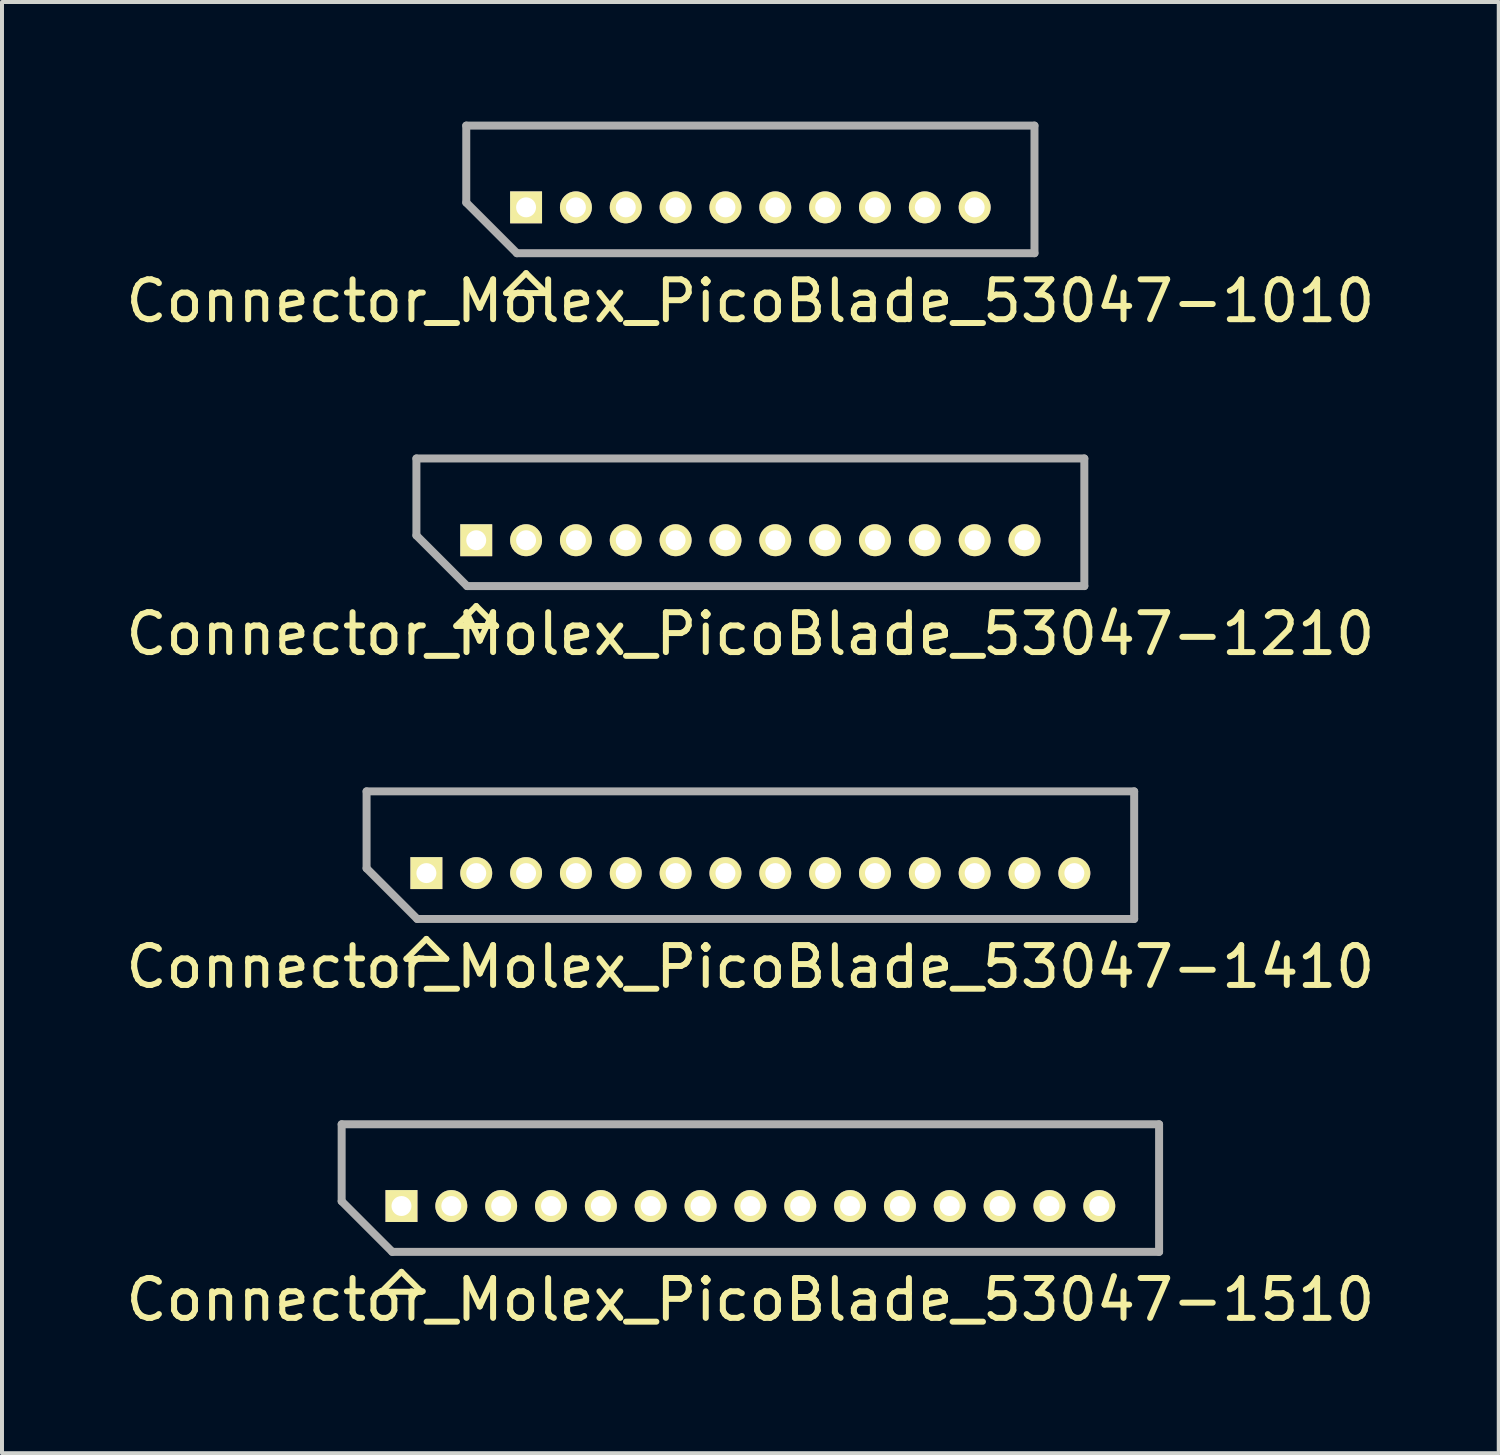
<source format=kicad_pcb>
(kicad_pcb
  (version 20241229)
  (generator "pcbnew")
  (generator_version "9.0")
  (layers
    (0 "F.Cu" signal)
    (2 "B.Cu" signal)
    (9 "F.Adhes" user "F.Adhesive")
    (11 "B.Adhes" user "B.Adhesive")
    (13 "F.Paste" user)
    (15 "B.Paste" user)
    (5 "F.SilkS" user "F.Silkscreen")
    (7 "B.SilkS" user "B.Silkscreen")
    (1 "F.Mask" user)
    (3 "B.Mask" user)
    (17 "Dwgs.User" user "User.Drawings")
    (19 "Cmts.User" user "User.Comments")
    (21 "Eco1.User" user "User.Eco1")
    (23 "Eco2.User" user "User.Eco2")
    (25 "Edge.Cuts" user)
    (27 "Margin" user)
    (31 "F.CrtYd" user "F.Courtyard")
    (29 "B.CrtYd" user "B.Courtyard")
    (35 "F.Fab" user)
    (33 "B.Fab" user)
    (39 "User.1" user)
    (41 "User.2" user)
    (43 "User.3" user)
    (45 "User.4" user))
  (footprint "Connector_Molex_PicoBlade_53047-1510"
    (layer "F.Cu")
    (at 7.018 27.195)
    (property "Reference" "Connector_Molex_PicoBlade_53047-1510" (at 8.75 2.35 0) (layer "F.SilkS") (effects (font (size 1 1) (thickness 0.15))))
    (attr through_hole)
    (fp_line (start -1.5 -2.05) (end 19 -2.05) (stroke (width 0.15) (type solid)) (layer "F.SilkS"))
    (fp_line (start -1.5 -0.12) (end -1.5 -2.05) (stroke (width 0.15) (type solid)) (layer "F.SilkS"))
    (fp_line (start -0.5 2.15) (end 0 1.65) (stroke (width 0.15) (type solid)) (layer "F.SilkS"))
    (fp_line (start 0 1.65) (end 0.5 2.15) (stroke (width 0.15) (type solid)) (layer "F.SilkS"))
    (fp_line (start 0.5 2.15) (end -0.5 2.15) (stroke (width 0.15) (type solid)) (layer "F.SilkS"))
    (fp_line (start 19 -2.05) (end 19 1.15) (stroke (width 0.15) (type solid)) (layer "F.SilkS"))
    (fp_line (start 19 1.15) (end -0.23 1.15) (stroke (width 0.15) (type solid)) (layer "F.SilkS"))
    (fp_line (start -1.5 -2.05) (end 19 -2.05) (stroke (width 0.2) (type solid)) (layer "F.Fab"))
    (fp_line (start -1.5 -0.12) (end -1.5 -2.05) (stroke (width 0.2) (type solid)) (layer "F.Fab"))
    (fp_line (start -0.23 1.15) (end -1.5 -0.12) (stroke (width 0.2) (type solid)) (layer "F.Fab"))
    (fp_line (start 19 -2.05) (end 19 1.15) (stroke (width 0.2) (type solid)) (layer "F.Fab"))
    (fp_line (start 19 1.15) (end -0.23 1.15) (stroke (width 0.2) (type solid)) (layer "F.Fab"))
    (pad "1" thru_hole rect (at 0 0) (size 0.8 0.8) (drill 0.5) (layers "*.Cu" "*.Mask" "F.SilkS"))
    (pad "2" thru_hole oval (at 1.25 0) (size 0.8 0.8) (drill 0.5) (layers "*.Cu" "*.Mask" "F.SilkS"))
    (pad "3" thru_hole oval (at 2.5 0) (size 0.8 0.8) (drill 0.5) (layers "*.Cu" "*.Mask" "F.SilkS"))
    (pad "4" thru_hole oval (at 3.75 0) (size 0.8 0.8) (drill 0.5) (layers "*.Cu" "*.Mask" "F.SilkS"))
    (pad "5" thru_hole oval (at 5 0) (size 0.8 0.8) (drill 0.5) (layers "*.Cu" "*.Mask" "F.SilkS"))
    (pad "6" thru_hole oval (at 6.25 0) (size 0.8 0.8) (drill 0.5) (layers "*.Cu" "*.Mask" "F.SilkS"))
    (pad "7" thru_hole oval (at 7.5 0) (size 0.8 0.8) (drill 0.5) (layers "*.Cu" "*.Mask" "F.SilkS"))
    (pad "8" thru_hole oval (at 8.75 0) (size 0.8 0.8) (drill 0.5) (layers "*.Cu" "*.Mask" "F.SilkS"))
    (pad "9" thru_hole oval (at 10 0) (size 0.8 0.8) (drill 0.5) (layers "*.Cu" "*.Mask" "F.SilkS"))
    (pad "10" thru_hole oval (at 11.25 0) (size 0.8 0.8) (drill 0.5) (layers "*.Cu" "*.Mask" "F.SilkS"))
    (pad "11" thru_hole oval (at 12.5 0) (size 0.8 0.8) (drill 0.5) (layers "*.Cu" "*.Mask" "F.SilkS"))
    (pad "12" thru_hole oval (at 13.75 0) (size 0.8 0.8) (drill 0.5) (layers "*.Cu" "*.Mask" "F.SilkS"))
    (pad "13" thru_hole oval (at 15 0) (size 0.8 0.8) (drill 0.5) (layers "*.Cu" "*.Mask" "F.SilkS"))
    (pad "14" thru_hole oval (at 16.25 0) (size 0.8 0.8) (drill 0.5) (layers "*.Cu" "*.Mask" "F.SilkS"))
    (pad "15" thru_hole oval (at 17.5 0) (size 0.8 0.8) (drill 0.5) (layers "*.Cu" "*.Mask" "F.SilkS")))
  (footprint "Connector_Molex_PicoBlade_53047-1210"
    (layer "F.Cu")
    (at 8.893 10.498)
    (property "Reference" "Connector_Molex_PicoBlade_53047-1210" (at 6.875 2.35 0) (layer "F.SilkS") (effects (font (size 1 1) (thickness 0.15))))
    (attr through_hole)
    (fp_line (start -1.5 -2.05) (end 15.25 -2.05) (stroke (width 0.15) (type solid)) (layer "F.SilkS"))
    (fp_line (start -1.5 -0.12) (end -1.5 -2.05) (stroke (width 0.15) (type solid)) (layer "F.SilkS"))
    (fp_line (start -0.5 2.15) (end 0 1.65) (stroke (width 0.15) (type solid)) (layer "F.SilkS"))
    (fp_line (start 0 1.65) (end 0.5 2.15) (stroke (width 0.15) (type solid)) (layer "F.SilkS"))
    (fp_line (start 0.5 2.15) (end -0.5 2.15) (stroke (width 0.15) (type solid)) (layer "F.SilkS"))
    (fp_line (start 15.25 -2.05) (end 15.25 1.15) (stroke (width 0.15) (type solid)) (layer "F.SilkS"))
    (fp_line (start 15.25 1.15) (end -0.23 1.15) (stroke (width 0.15) (type solid)) (layer "F.SilkS"))
    (fp_line (start -1.5 -2.05) (end 15.25 -2.05) (stroke (width 0.2) (type solid)) (layer "F.Fab"))
    (fp_line (start -1.5 -0.12) (end -1.5 -2.05) (stroke (width 0.2) (type solid)) (layer "F.Fab"))
    (fp_line (start -0.23 1.15) (end -1.5 -0.12) (stroke (width 0.2) (type solid)) (layer "F.Fab"))
    (fp_line (start 15.25 -2.05) (end 15.25 1.15) (stroke (width 0.2) (type solid)) (layer "F.Fab"))
    (fp_line (start 15.25 1.15) (end -0.23 1.15) (stroke (width 0.2) (type solid)) (layer "F.Fab"))
    (pad "1" thru_hole rect (at 0 0) (size 0.8 0.8) (drill 0.5) (layers "*.Cu" "*.Mask" "F.SilkS"))
    (pad "2" thru_hole oval (at 1.25 0) (size 0.8 0.8) (drill 0.5) (layers "*.Cu" "*.Mask" "F.SilkS"))
    (pad "3" thru_hole oval (at 2.5 0) (size 0.8 0.8) (drill 0.5) (layers "*.Cu" "*.Mask" "F.SilkS"))
    (pad "4" thru_hole oval (at 3.75 0) (size 0.8 0.8) (drill 0.5) (layers "*.Cu" "*.Mask" "F.SilkS"))
    (pad "5" thru_hole oval (at 5 0) (size 0.8 0.8) (drill 0.5) (layers "*.Cu" "*.Mask" "F.SilkS"))
    (pad "6" thru_hole oval (at 6.25 0) (size 0.8 0.8) (drill 0.5) (layers "*.Cu" "*.Mask" "F.SilkS"))
    (pad "7" thru_hole oval (at 7.5 0) (size 0.8 0.8) (drill 0.5) (layers "*.Cu" "*.Mask" "F.SilkS"))
    (pad "8" thru_hole oval (at 8.75 0) (size 0.8 0.8) (drill 0.5) (layers "*.Cu" "*.Mask" "F.SilkS"))
    (pad "9" thru_hole oval (at 10 0) (size 0.8 0.8) (drill 0.5) (layers "*.Cu" "*.Mask" "F.SilkS"))
    (pad "10" thru_hole oval (at 11.25 0) (size 0.8 0.8) (drill 0.5) (layers "*.Cu" "*.Mask" "F.SilkS"))
    (pad "11" thru_hole oval (at 12.5 0) (size 0.8 0.8) (drill 0.5) (layers "*.Cu" "*.Mask" "F.SilkS"))
    (pad "12" thru_hole oval (at 13.75 0) (size 0.8 0.8) (drill 0.5) (layers "*.Cu" "*.Mask" "F.SilkS")))
  (footprint "Connector_Molex_PicoBlade_53047-1010"
    (layer "F.Cu")
    (at 10.143 2.15)
    (property "Reference" "Connector_Molex_PicoBlade_53047-1010" (at 5.625 2.35 0) (layer "F.SilkS") (effects (font (size 1 1) (thickness 0.15))))
    (attr through_hole)
    (fp_line (start -1.5 -2.05) (end 12.75 -2.05) (stroke (width 0.15) (type solid)) (layer "F.SilkS"))
    (fp_line (start -1.5 -0.12) (end -1.5 -2.05) (stroke (width 0.15) (type solid)) (layer "F.SilkS"))
    (fp_line (start -0.5 2.15) (end 0 1.65) (stroke (width 0.15) (type solid)) (layer "F.SilkS"))
    (fp_line (start 0 1.65) (end 0.5 2.15) (stroke (width 0.15) (type solid)) (layer "F.SilkS"))
    (fp_line (start 0.5 2.15) (end -0.5 2.15) (stroke (width 0.15) (type solid)) (layer "F.SilkS"))
    (fp_line (start 12.75 -2.05) (end 12.75 1.15) (stroke (width 0.15) (type solid)) (layer "F.SilkS"))
    (fp_line (start 12.75 1.15) (end -0.23 1.15) (stroke (width 0.15) (type solid)) (layer "F.SilkS"))
    (fp_line (start -1.5 -2.05) (end 12.75 -2.05) (stroke (width 0.2) (type solid)) (layer "F.Fab"))
    (fp_line (start -1.5 -0.12) (end -1.5 -2.05) (stroke (width 0.2) (type solid)) (layer "F.Fab"))
    (fp_line (start -0.23 1.15) (end -1.5 -0.12) (stroke (width 0.2) (type solid)) (layer "F.Fab"))
    (fp_line (start 12.75 -2.05) (end 12.75 1.15) (stroke (width 0.2) (type solid)) (layer "F.Fab"))
    (fp_line (start 12.75 1.15) (end -0.23 1.15) (stroke (width 0.2) (type solid)) (layer "F.Fab"))
    (pad "1" thru_hole rect (at 0 0) (size 0.8 0.8) (drill 0.5) (layers "*.Cu" "*.Mask" "F.SilkS"))
    (pad "2" thru_hole oval (at 1.25 0) (size 0.8 0.8) (drill 0.5) (layers "*.Cu" "*.Mask" "F.SilkS"))
    (pad "3" thru_hole oval (at 2.5 0) (size 0.8 0.8) (drill 0.5) (layers "*.Cu" "*.Mask" "F.SilkS"))
    (pad "4" thru_hole oval (at 3.75 0) (size 0.8 0.8) (drill 0.5) (layers "*.Cu" "*.Mask" "F.SilkS"))
    (pad "5" thru_hole oval (at 5 0) (size 0.8 0.8) (drill 0.5) (layers "*.Cu" "*.Mask" "F.SilkS"))
    (pad "6" thru_hole oval (at 6.25 0) (size 0.8 0.8) (drill 0.5) (layers "*.Cu" "*.Mask" "F.SilkS"))
    (pad "7" thru_hole oval (at 7.5 0) (size 0.8 0.8) (drill 0.5) (layers "*.Cu" "*.Mask" "F.SilkS"))
    (pad "8" thru_hole oval (at 8.75 0) (size 0.8 0.8) (drill 0.5) (layers "*.Cu" "*.Mask" "F.SilkS"))
    (pad "9" thru_hole oval (at 10 0) (size 0.8 0.8) (drill 0.5) (layers "*.Cu" "*.Mask" "F.SilkS"))
    (pad "10" thru_hole oval (at 11.25 0) (size 0.8 0.8) (drill 0.5) (layers "*.Cu" "*.Mask" "F.SilkS")))
  (footprint "Connector_Molex_PicoBlade_53047-1410"
    (layer "F.Cu")
    (at 7.643 18.846)
    (property "Reference" "Connector_Molex_PicoBlade_53047-1410" (at 8.125 2.35 0) (layer "F.SilkS") (effects (font (size 1 1) (thickness 0.15))))
    (attr through_hole)
    (fp_line (start -1.5 -2.05) (end 17.75 -2.05) (stroke (width 0.15) (type solid)) (layer "F.SilkS"))
    (fp_line (start -1.5 -0.12) (end -1.5 -2.05) (stroke (width 0.15) (type solid)) (layer "F.SilkS"))
    (fp_line (start -0.5 2.15) (end 0 1.65) (stroke (width 0.15) (type solid)) (layer "F.SilkS"))
    (fp_line (start 0 1.65) (end 0.5 2.15) (stroke (width 0.15) (type solid)) (layer "F.SilkS"))
    (fp_line (start 0.5 2.15) (end -0.5 2.15) (stroke (width 0.15) (type solid)) (layer "F.SilkS"))
    (fp_line (start 17.75 -2.05) (end 17.75 1.15) (stroke (width 0.15) (type solid)) (layer "F.SilkS"))
    (fp_line (start 17.75 1.15) (end -0.23 1.15) (stroke (width 0.15) (type solid)) (layer "F.SilkS"))
    (fp_line (start -1.5 -2.05) (end 17.75 -2.05) (stroke (width 0.2) (type solid)) (layer "F.Fab"))
    (fp_line (start -1.5 -0.12) (end -1.5 -2.05) (stroke (width 0.2) (type solid)) (layer "F.Fab"))
    (fp_line (start -0.23 1.15) (end -1.5 -0.12) (stroke (width 0.2) (type solid)) (layer "F.Fab"))
    (fp_line (start 17.75 -2.05) (end 17.75 1.15) (stroke (width 0.2) (type solid)) (layer "F.Fab"))
    (fp_line (start 17.75 1.15) (end -0.23 1.15) (stroke (width 0.2) (type solid)) (layer "F.Fab"))
    (pad "1" thru_hole rect (at 0 0) (size 0.8 0.8) (drill 0.5) (layers "*.Cu" "*.Mask" "F.SilkS"))
    (pad "2" thru_hole oval (at 1.25 0) (size 0.8 0.8) (drill 0.5) (layers "*.Cu" "*.Mask" "F.SilkS"))
    (pad "3" thru_hole oval (at 2.5 0) (size 0.8 0.8) (drill 0.5) (layers "*.Cu" "*.Mask" "F.SilkS"))
    (pad "4" thru_hole oval (at 3.75 0) (size 0.8 0.8) (drill 0.5) (layers "*.Cu" "*.Mask" "F.SilkS"))
    (pad "5" thru_hole oval (at 5 0) (size 0.8 0.8) (drill 0.5) (layers "*.Cu" "*.Mask" "F.SilkS"))
    (pad "6" thru_hole oval (at 6.25 0) (size 0.8 0.8) (drill 0.5) (layers "*.Cu" "*.Mask" "F.SilkS"))
    (pad "7" thru_hole oval (at 7.5 0) (size 0.8 0.8) (drill 0.5) (layers "*.Cu" "*.Mask" "F.SilkS"))
    (pad "8" thru_hole oval (at 8.75 0) (size 0.8 0.8) (drill 0.5) (layers "*.Cu" "*.Mask" "F.SilkS"))
    (pad "9" thru_hole oval (at 10 0) (size 0.8 0.8) (drill 0.5) (layers "*.Cu" "*.Mask" "F.SilkS"))
    (pad "10" thru_hole oval (at 11.25 0) (size 0.8 0.8) (drill 0.5) (layers "*.Cu" "*.Mask" "F.SilkS"))
    (pad "11" thru_hole oval (at 12.5 0) (size 0.8 0.8) (drill 0.5) (layers "*.Cu" "*.Mask" "F.SilkS"))
    (pad "12" thru_hole oval (at 13.75 0) (size 0.8 0.8) (drill 0.5) (layers "*.Cu" "*.Mask" "F.SilkS"))
    (pad "13" thru_hole oval (at 15 0) (size 0.8 0.8) (drill 0.5) (layers "*.Cu" "*.Mask" "F.SilkS"))
    (pad "14" thru_hole oval (at 16.25 0) (size 0.8 0.8) (drill 0.5) (layers "*.Cu" "*.Mask" "F.SilkS")))
  (gr_rect
    (start -3 -3)
    (end 34.536 33.393)
    (stroke (width 0.1) (type default))
    (fill no)
    (layer "Edge.Cuts")))
</source>
